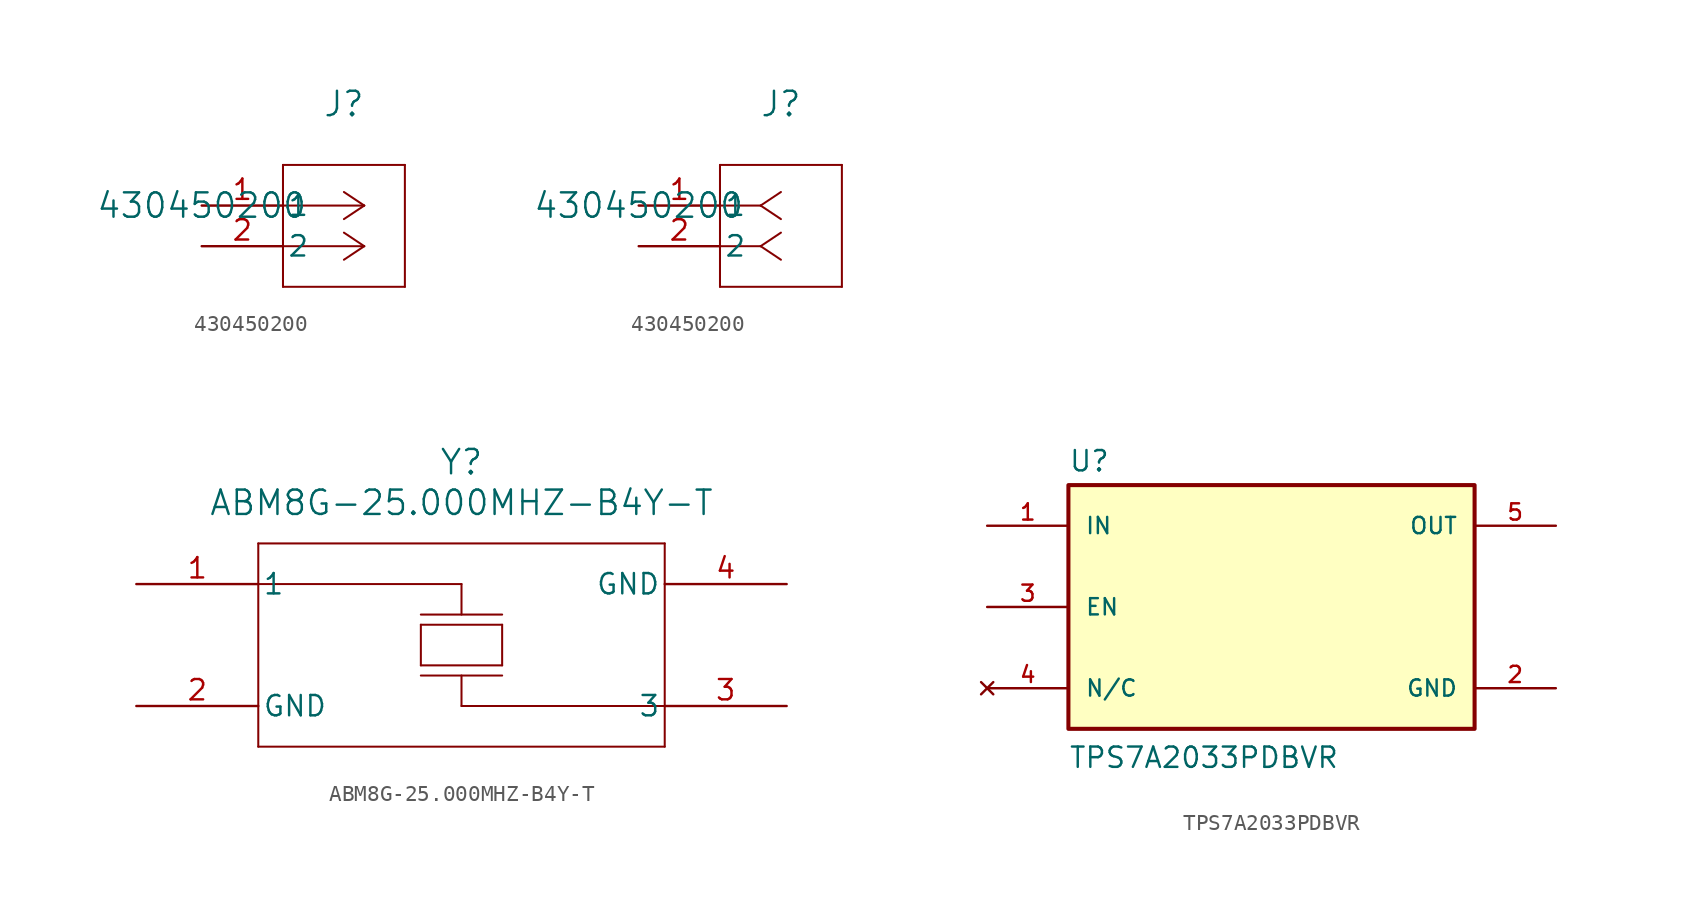
<source format=kicad_sym>
(kicad_symbol_lib
  (version 20241209)
  (generator "kicad_symbol_editor")
  (generator_version "9.0")
  (symbol "430450200"
    (pin_names
      (offset 0.254))
    (property "Reference" "J"
      (at 8.89 6.35 0)
      (effects (font (size 1.524 1.524))))
    (property "Value" "430450200"
      (at 0 0 0)
      (effects (font (size 1.524 1.524))))
    (property "ki_locked" ""
      (at 0 0 0)
      (effects (font (size 1.27 1.27))))
    (symbol "430450200_1_1"
      (polyline (pts (xy 5.08 2.54) (xy 5.08 -5.08)) (stroke (width 0.127) (type default)) (fill (type none)))
      (polyline (pts (xy 5.08 -5.08) (xy 12.7 -5.08)) (stroke (width 0.127) (type default)) (fill (type none)))
      (polyline (pts (xy 10.16 0) (xy 5.08 0)) (stroke (width 0.127) (type default)) (fill (type none)))
      (polyline (pts (xy 10.16 0) (xy 8.89 0.847)) (stroke (width 0.127) (type default)) (fill (type none)))
      (polyline (pts (xy 10.16 0) (xy 8.89 -0.847)) (stroke (width 0.127) (type default)) (fill (type none)))
      (polyline (pts (xy 10.16 -2.54) (xy 5.08 -2.54)) (stroke (width 0.127) (type default)) (fill (type none)))
      (polyline (pts (xy 10.16 -2.54) (xy 8.89 -1.693)) (stroke (width 0.127) (type default)) (fill (type none)))
      (polyline (pts (xy 10.16 -2.54) (xy 8.89 -3.387)) (stroke (width 0.127) (type default)) (fill (type none)))
      (polyline (pts (xy 12.7 2.54) (xy 5.08 2.54)) (stroke (width 0.127) (type default)) (fill (type none)))
      (polyline (pts (xy 12.7 -5.08) (xy 12.7 2.54)) (stroke (width 0.127) (type default)) (fill (type none)))
      (pin unspecified line (at 0 0 0) (length 5.08) (name "1" (effects (font (size 1.27 1.27)))) (number "1" (effects (font (size 1.27 1.27)))))
      (pin unspecified line (at 0 -2.54 0) (length 5.08) (name "2" (effects (font (size 1.27 1.27)))) (number "2" (effects (font (size 1.27 1.27))))))
    (symbol "430450200_1_2"
      (polyline (pts (xy 5.08 2.54) (xy 5.08 -5.08)) (stroke (width 0.127) (type default)) (fill (type none)))
      (polyline (pts (xy 5.08 -5.08) (xy 12.7 -5.08)) (stroke (width 0.127) (type default)) (fill (type none)))
      (polyline (pts (xy 7.62 0) (xy 5.08 0)) (stroke (width 0.127) (type default)) (fill (type none)))
      (polyline (pts (xy 7.62 0) (xy 8.89 0.847)) (stroke (width 0.127) (type default)) (fill (type none)))
      (polyline (pts (xy 7.62 0) (xy 8.89 -0.847)) (stroke (width 0.127) (type default)) (fill (type none)))
      (polyline (pts (xy 7.62 -2.54) (xy 5.08 -2.54)) (stroke (width 0.127) (type default)) (fill (type none)))
      (polyline (pts (xy 7.62 -2.54) (xy 8.89 -1.693)) (stroke (width 0.127) (type default)) (fill (type none)))
      (polyline (pts (xy 7.62 -2.54) (xy 8.89 -3.387)) (stroke (width 0.127) (type default)) (fill (type none)))
      (polyline (pts (xy 12.7 2.54) (xy 5.08 2.54)) (stroke (width 0.127) (type default)) (fill (type none)))
      (polyline (pts (xy 12.7 -5.08) (xy 12.7 2.54)) (stroke (width 0.127) (type default)) (fill (type none)))
      (pin unspecified line (at 0 0 0) (length 5.08) (name "1" (effects (font (size 1.27 1.27)))) (number "1" (effects (font (size 1.27 1.27)))))
      (pin unspecified line (at 0 -2.54 0) (length 5.08) (name "2" (effects (font (size 1.27 1.27)))) (number "2" (effects (font (size 1.27 1.27)))))))
  (symbol "ABM8G-25.000MHZ-B4Y-T"
    (pin_names
      (offset 0.254))
    (property "Reference" "Y"
      (at 20.32 7.62 0)
      (effects (font (size 1.524 1.524))))
    (property "Value" "ABM8G-25.000MHZ-B4Y-T"
      (at 20.32 5.08 0)
      (effects (font (size 1.524 1.524))))
    (property "ki_locked" ""
      (at 0 0 0)
      (effects (font (size 1.27 1.27))))
    (symbol "ABM8G-25.000MHZ-B4Y-T_0_1"
      (polyline (pts (xy 7.62 2.54) (xy 7.62 -10.16)) (stroke (width 0.127) (type default)) (fill (type none)))
      (polyline (pts (xy 7.62 0) (xy 20.32 0)) (stroke (width 0.127) (type default)) (fill (type none)))
      (polyline (pts (xy 7.62 -10.16) (xy 33.02 -10.16)) (stroke (width 0.127) (type default)) (fill (type none)))
      (polyline (pts (xy 17.78 -1.905) (xy 22.86 -1.905)) (stroke (width 0.127) (type default)) (fill (type none)))
      (polyline (pts (xy 17.78 -2.54) (xy 17.78 -5.08)) (stroke (width 0.127) (type default)) (fill (type none)))
      (polyline (pts (xy 17.78 -2.54) (xy 22.86 -2.54)) (stroke (width 0.127) (type default)) (fill (type none)))
      (polyline (pts (xy 17.78 -5.08) (xy 22.86 -5.08)) (stroke (width 0.127) (type default)) (fill (type none)))
      (polyline (pts (xy 17.78 -5.715) (xy 22.86 -5.715)) (stroke (width 0.127) (type default)) (fill (type none)))
      (polyline (pts (xy 20.32 0) (xy 20.32 -1.905)) (stroke (width 0.127) (type default)) (fill (type none)))
      (polyline (pts (xy 20.32 -7.62) (xy 20.32 -5.715)) (stroke (width 0.127) (type default)) (fill (type none)))
      (polyline (pts (xy 22.86 -2.54) (xy 22.86 -5.08)) (stroke (width 0.127) (type default)) (fill (type none)))
      (polyline (pts (xy 33.02 2.54) (xy 7.62 2.54)) (stroke (width 0.127) (type default)) (fill (type none)))
      (polyline (pts (xy 33.02 -7.62) (xy 20.32 -7.62)) (stroke (width 0.127) (type default)) (fill (type none)))
      (polyline (pts (xy 33.02 -10.16) (xy 33.02 2.54)) (stroke (width 0.127) (type default)) (fill (type none)))
      (pin unspecified line (at 0 0 0) (length 7.62) (name "1" (effects (font (size 1.27 1.27)))) (number "1" (effects (font (size 1.27 1.27)))))
      (pin unspecified line (at 0 -7.62 0) (length 7.62) (name "GND" (effects (font (size 1.27 1.27)))) (number "2" (effects (font (size 1.27 1.27)))))
      (pin unspecified line (at 40.64 0 180) (length 7.62) (name "GND" (effects (font (size 1.27 1.27)))) (number "4" (effects (font (size 1.27 1.27)))))
      (pin unspecified line (at 40.64 -7.62 180) (length 7.62) (name "3" (effects (font (size 1.27 1.27)))) (number "3" (effects (font (size 1.27 1.27)))))))
  (symbol "TPS7A2033PDBVR"
    (pin_names
      (offset 1.016))
    (property "Reference" "U"
      (at -12.7 8.382 0)
      (effects (font (size 1.27 1.27)) (justify left bottom)))
    (property "Value" "TPS7A2033PDBVR"
      (at -12.7 -10.16 0)
      (effects (font (size 1.27 1.27)) (justify left bottom)))
    (symbol "TPS7A2033PDBVR_0_0"
      (rectangle (start -12.7 -7.62) (end 12.7 7.62) (stroke (width 0.254) (type default)) (fill (type background)))
      (pin input line (at -17.78 5.08 0) (length 5.08) (name "IN" (effects (font (size 1.016 1.016)))) (number "1" (effects (font (size 1.016 1.016)))))
      (pin input line (at -17.78 0 0) (length 5.08) (name "EN" (effects (font (size 1.016 1.016)))) (number "3" (effects (font (size 1.016 1.016)))))
      (pin no_connect line (at -17.78 -5.08 0) (length 5.08) (name "N/C" (effects (font (size 1.016 1.016)))) (number "4" (effects (font (size 1.016 1.016)))))
      (pin output line (at 17.78 5.08 180) (length 5.08) (name "OUT" (effects (font (size 1.016 1.016)))) (number "5" (effects (font (size 1.016 1.016)))))
      (pin power_in line (at 17.78 -5.08 180) (length 5.08) (name "GND" (effects (font (size 1.016 1.016)))) (number "2" (effects (font (size 1.016 1.016))))))))
</source>
